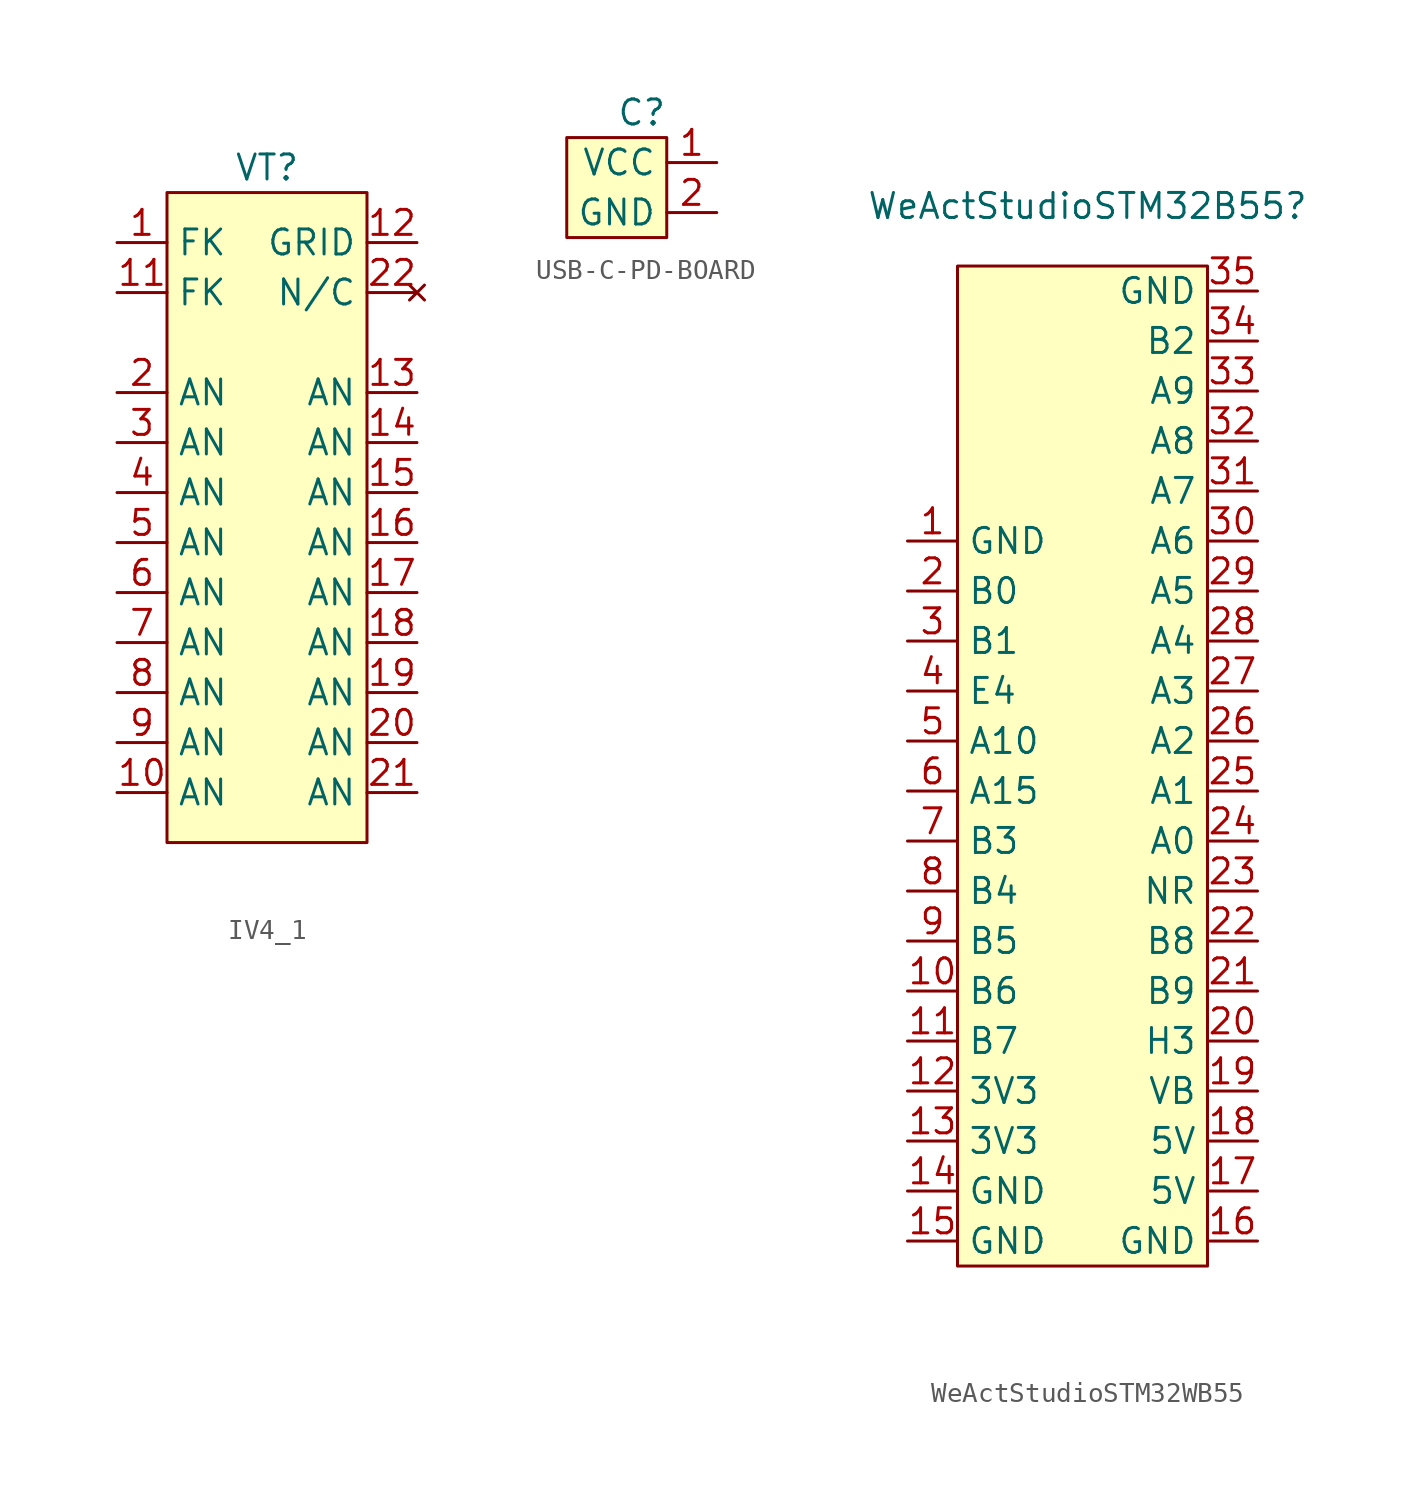
<source format=kicad_sym>
(kicad_symbol_lib
  (version 20241209)
  (generator "kicad_symbol_editor")
  (generator_version "9.0")
  (symbol "IV4_1"
    (property "Reference" "VT"
      (at 0 0 0)
      (effects (font (size 1.27 1.27))))
    (property "Value" ""
      (at 0 0 0)
      (effects (font (size 1.27 1.27))))
    (symbol "IV4_1_1_1"
      (rectangle (start -5.08 -1.27) (end 5.08 -34.29) (stroke (width 0) (type solid)) (fill (type background)))
      (pin input line (at -7.62 -3.81 0) (length 2.54) (name "FK" (effects (font (size 1.27 1.27)))) (number "1" (effects (font (size 1.27 1.27)))))
      (pin input line (at -7.62 -6.35 0) (length 2.54) (name "FK" (effects (font (size 1.27 1.27)))) (number "11" (effects (font (size 1.27 1.27)))))
      (pin input line (at -7.62 -11.43 0) (length 2.54) (name "AN" (effects (font (size 1.27 1.27)))) (number "2" (effects (font (size 1.27 1.27)))))
      (pin input line (at -7.62 -13.97 0) (length 2.54) (name "AN" (effects (font (size 1.27 1.27)))) (number "3" (effects (font (size 1.27 1.27)))))
      (pin input line (at -7.62 -16.51 0) (length 2.54) (name "AN" (effects (font (size 1.27 1.27)))) (number "4" (effects (font (size 1.27 1.27)))))
      (pin input line (at -7.62 -19.05 0) (length 2.54) (name "AN" (effects (font (size 1.27 1.27)))) (number "5" (effects (font (size 1.27 1.27)))))
      (pin input line (at -7.62 -21.59 0) (length 2.54) (name "AN" (effects (font (size 1.27 1.27)))) (number "6" (effects (font (size 1.27 1.27)))))
      (pin input line (at -7.62 -24.13 0) (length 2.54) (name "AN" (effects (font (size 1.27 1.27)))) (number "7" (effects (font (size 1.27 1.27)))))
      (pin input line (at -7.62 -26.67 0) (length 2.54) (name "AN" (effects (font (size 1.27 1.27)))) (number "8" (effects (font (size 1.27 1.27)))))
      (pin input line (at -7.62 -29.21 0) (length 2.54) (name "AN" (effects (font (size 1.27 1.27)))) (number "9" (effects (font (size 1.27 1.27)))))
      (pin input line (at -7.62 -31.75 0) (length 2.54) (name "AN" (effects (font (size 1.27 1.27)))) (number "10" (effects (font (size 1.27 1.27)))))
      (pin input line (at 7.62 -3.81 180) (length 2.54) (name "GRID" (effects (font (size 1.27 1.27)))) (number "12" (effects (font (size 1.27 1.27)))))
      (pin no_connect line (at 7.62 -6.35 180) (length 2.54) (name "N/C" (effects (font (size 1.27 1.27)))) (number "22" (effects (font (size 1.27 1.27)))))
      (pin input line (at 7.62 -11.43 180) (length 2.54) (name "AN" (effects (font (size 1.27 1.27)))) (number "13" (effects (font (size 1.27 1.27)))))
      (pin input line (at 7.62 -13.97 180) (length 2.54) (name "AN" (effects (font (size 1.27 1.27)))) (number "14" (effects (font (size 1.27 1.27)))))
      (pin input line (at 7.62 -16.51 180) (length 2.54) (name "AN" (effects (font (size 1.27 1.27)))) (number "15" (effects (font (size 1.27 1.27)))))
      (pin input line (at 7.62 -19.05 180) (length 2.54) (name "AN" (effects (font (size 1.27 1.27)))) (number "16" (effects (font (size 1.27 1.27)))))
      (pin input line (at 7.62 -21.59 180) (length 2.54) (name "AN" (effects (font (size 1.27 1.27)))) (number "17" (effects (font (size 1.27 1.27)))))
      (pin input line (at 7.62 -24.13 180) (length 2.54) (name "AN" (effects (font (size 1.27 1.27)))) (number "18" (effects (font (size 1.27 1.27)))))
      (pin input line (at 7.62 -26.67 180) (length 2.54) (name "AN" (effects (font (size 1.27 1.27)))) (number "19" (effects (font (size 1.27 1.27)))))
      (pin input line (at 7.62 -29.21 180) (length 2.54) (name "AN" (effects (font (size 1.27 1.27)))) (number "20" (effects (font (size 1.27 1.27)))))
      (pin input line (at 7.62 -31.75 180) (length 2.54) (name "AN" (effects (font (size 1.27 1.27)))) (number "21" (effects (font (size 1.27 1.27)))))))
  (symbol "USB-C-PD-BOARD"
    (property "Reference" "C"
      (at 0 0 0)
      (effects (font (size 1.27 1.27))))
    (property "Value" ""
      (at 0 0 0)
      (effects (font (size 1.27 1.27))))
    (symbol "USB-C-PD-BOARD_1_1"
      (rectangle (start -3.81 -1.27) (end 1.27 -6.35) (stroke (width 0) (type solid)) (fill (type background)))
      (pin power_out line (at 3.81 -2.54 180) (length 2.54) (name "VCC" (effects (font (size 1.27 1.27)))) (number "1" (effects (font (size 1.27 1.27)))))
      (pin power_out line (at 3.81 -5.08 180) (length 2.54) (name "GND" (effects (font (size 1.27 1.27)))) (number "2" (effects (font (size 1.27 1.27)))))))
  (symbol "WeActStudioSTM32WB55"
    (property "Reference" "WeActStudioSTM32B55"
      (at 0.254 27.178 0)
      (effects (font (size 1.27 1.27))))
    (property "Value" ""
      (at 0 0 0)
      (effects (font (size 1.27 1.27))))
    (symbol "WeActStudioSTM32WB55_1_1"
      (rectangle (start -6.35 24.13) (end 6.35 -26.67) (stroke (width 0) (type solid)) (fill (type background)))
      (pin power_in line (at -8.89 10.16 0) (length 2.54) (name "GND" (effects (font (size 1.27 1.27)))) (number "1" (effects (font (size 1.27 1.27)))))
      (pin bidirectional line (at -8.89 7.62 0) (length 2.54) (name "B0" (effects (font (size 1.27 1.27)))) (number "2" (effects (font (size 1.27 1.27)))))
      (pin bidirectional line (at -8.89 5.08 0) (length 2.54) (name "B1" (effects (font (size 1.27 1.27)))) (number "3" (effects (font (size 1.27 1.27)))))
      (pin bidirectional line (at -8.89 2.54 0) (length 2.54) (name "E4" (effects (font (size 1.27 1.27)))) (number "4" (effects (font (size 1.27 1.27)))))
      (pin bidirectional line (at -8.89 0 0) (length 2.54) (name "A10" (effects (font (size 1.27 1.27)))) (number "5" (effects (font (size 1.27 1.27)))))
      (pin bidirectional line (at -8.89 -2.54 0) (length 2.54) (name "A15" (effects (font (size 1.27 1.27)))) (number "6" (effects (font (size 1.27 1.27)))))
      (pin bidirectional line (at -8.89 -5.08 0) (length 2.54) (name "B3" (effects (font (size 1.27 1.27)))) (number "7" (effects (font (size 1.27 1.27)))))
      (pin bidirectional line (at -8.89 -7.62 0) (length 2.54) (name "B4" (effects (font (size 1.27 1.27)))) (number "8" (effects (font (size 1.27 1.27)))))
      (pin bidirectional line (at -8.89 -10.16 0) (length 2.54) (name "B5" (effects (font (size 1.27 1.27)))) (number "9" (effects (font (size 1.27 1.27)))))
      (pin bidirectional line (at -8.89 -12.7 0) (length 2.54) (name "B6" (effects (font (size 1.27 1.27)))) (number "10" (effects (font (size 1.27 1.27)))))
      (pin bidirectional line (at -8.89 -15.24 0) (length 2.54) (name "B7" (effects (font (size 1.27 1.27)))) (number "11" (effects (font (size 1.27 1.27)))))
      (pin power_in line (at -8.89 -17.78 0) (length 2.54) (name "3V3" (effects (font (size 1.27 1.27)))) (number "12" (effects (font (size 1.27 1.27)))))
      (pin power_in line (at -8.89 -20.32 0) (length 2.54) (name "3V3" (effects (font (size 1.27 1.27)))) (number "13" (effects (font (size 1.27 1.27)))))
      (pin power_in line (at -8.89 -22.86 0) (length 2.54) (name "GND" (effects (font (size 1.27 1.27)))) (number "14" (effects (font (size 1.27 1.27)))))
      (pin power_in line (at -8.89 -25.4 0) (length 2.54) (name "GND" (effects (font (size 1.27 1.27)))) (number "15" (effects (font (size 1.27 1.27)))))
      (pin power_in line (at 8.89 22.86 180) (length 2.54) (name "GND" (effects (font (size 1.27 1.27)))) (number "35" (effects (font (size 1.27 1.27)))))
      (pin bidirectional line (at 8.89 20.32 180) (length 2.54) (name "B2" (effects (font (size 1.27 1.27)))) (number "34" (effects (font (size 1.27 1.27)))))
      (pin bidirectional line (at 8.89 17.78 180) (length 2.54) (name "A9" (effects (font (size 1.27 1.27)))) (number "33" (effects (font (size 1.27 1.27)))))
      (pin bidirectional line (at 8.89 15.24 180) (length 2.54) (name "A8" (effects (font (size 1.27 1.27)))) (number "32" (effects (font (size 1.27 1.27)))))
      (pin bidirectional line (at 8.89 12.7 180) (length 2.54) (name "A7" (effects (font (size 1.27 1.27)))) (number "31" (effects (font (size 1.27 1.27)))))
      (pin bidirectional line (at 8.89 10.16 180) (length 2.54) (name "A6" (effects (font (size 1.27 1.27)))) (number "30" (effects (font (size 1.27 1.27)))))
      (pin bidirectional line (at 8.89 7.62 180) (length 2.54) (name "A5" (effects (font (size 1.27 1.27)))) (number "29" (effects (font (size 1.27 1.27)))))
      (pin bidirectional line (at 8.89 5.08 180) (length 2.54) (name "A4" (effects (font (size 1.27 1.27)))) (number "28" (effects (font (size 1.27 1.27)))))
      (pin bidirectional line (at 8.89 2.54 180) (length 2.54) (name "A3" (effects (font (size 1.27 1.27)))) (number "27" (effects (font (size 1.27 1.27)))))
      (pin bidirectional line (at 8.89 0 180) (length 2.54) (name "A2" (effects (font (size 1.27 1.27)))) (number "26" (effects (font (size 1.27 1.27)))))
      (pin bidirectional line (at 8.89 -2.54 180) (length 2.54) (name "A1" (effects (font (size 1.27 1.27)))) (number "25" (effects (font (size 1.27 1.27)))))
      (pin bidirectional line (at 8.89 -5.08 180) (length 2.54) (name "A0" (effects (font (size 1.27 1.27)))) (number "24" (effects (font (size 1.27 1.27)))))
      (pin input line (at 8.89 -7.62 180) (length 2.54) (name "NR" (effects (font (size 1.27 1.27)))) (number "23" (effects (font (size 1.27 1.27)))))
      (pin bidirectional line (at 8.89 -10.16 180) (length 2.54) (name "B8" (effects (font (size 1.27 1.27)))) (number "22" (effects (font (size 1.27 1.27)))))
      (pin bidirectional line (at 8.89 -12.7 180) (length 2.54) (name "B9" (effects (font (size 1.27 1.27)))) (number "21" (effects (font (size 1.27 1.27)))))
      (pin bidirectional line (at 8.89 -15.24 180) (length 2.54) (name "H3" (effects (font (size 1.27 1.27)))) (number "20" (effects (font (size 1.27 1.27)))))
      (pin input line (at 8.89 -17.78 180) (length 2.54) (name "VB" (effects (font (size 1.27 1.27)))) (number "19" (effects (font (size 1.27 1.27)))))
      (pin power_in line (at 8.89 -20.32 180) (length 2.54) (name "5V" (effects (font (size 1.27 1.27)))) (number "18" (effects (font (size 1.27 1.27)))))
      (pin power_in line (at 8.89 -22.86 180) (length 2.54) (name "5V" (effects (font (size 1.27 1.27)))) (number "17" (effects (font (size 1.27 1.27)))))
      (pin power_in line (at 8.89 -25.4 180) (length 2.54) (name "GND" (effects (font (size 1.27 1.27)))) (number "16" (effects (font (size 1.27 1.27))))))))
</source>
